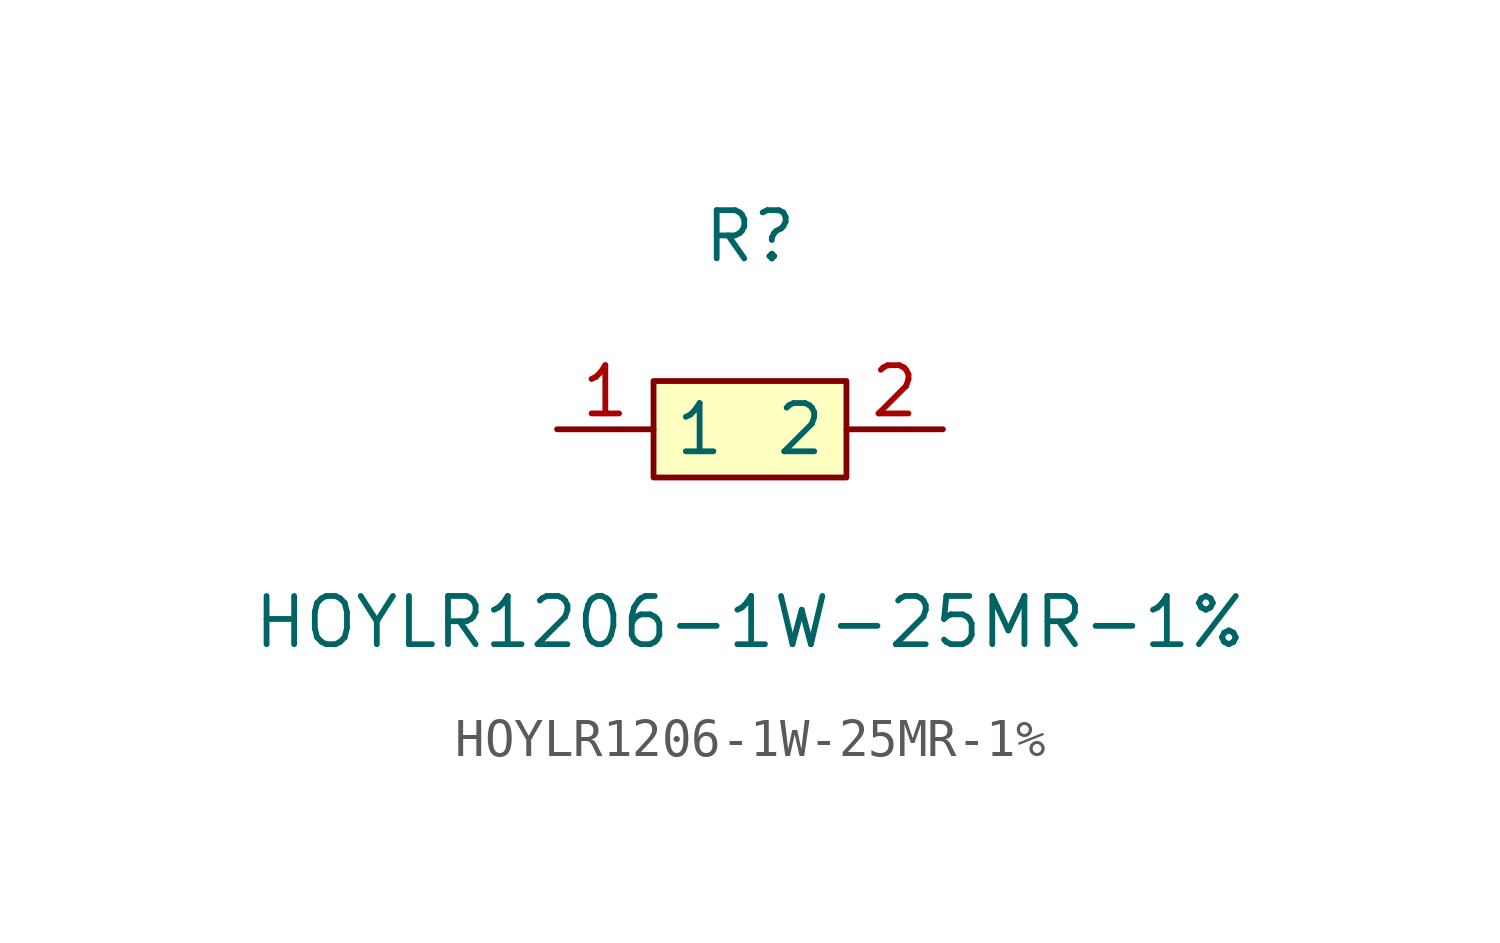
<source format=kicad_sym>
(kicad_symbol_lib
  (version 1)
  (generator "faebryk")
  (symbol "HOYLR1206-1W-25MR-1%"
    (property "Reference" "R"
      (at 0 5.08 0)
      (effects (font (size 1.27 1.27)) (hide no)))
    (property "Value" "HOYLR1206-1W-25MR-1%"
      (at 0 -5.08 0)
      (effects (font (size 1.27 1.27)) (hide no)))
    (symbol "HOYLR1206-1W-25MR-1%_0_1"
      (rectangle (start -2.54 1.27) (end 2.54 -1.27) (stroke (width 0) (type default) (color 0 0 0 0)) (fill (type background)))
      (pin unspecified line (at 5.08 0 180) (length 2.54) (name "2" (effects (font (size 1.27 1.27)) (hide no))) (number "2" (effects (font (size 1.27 1.27)) (hide no))))
      (pin unspecified line (at -5.08 0 0) (length 2.54) (name "1" (effects (font (size 1.27 1.27)) (hide no))) (number "1" (effects (font (size 1.27 1.27)) (hide no)))))))
</source>
